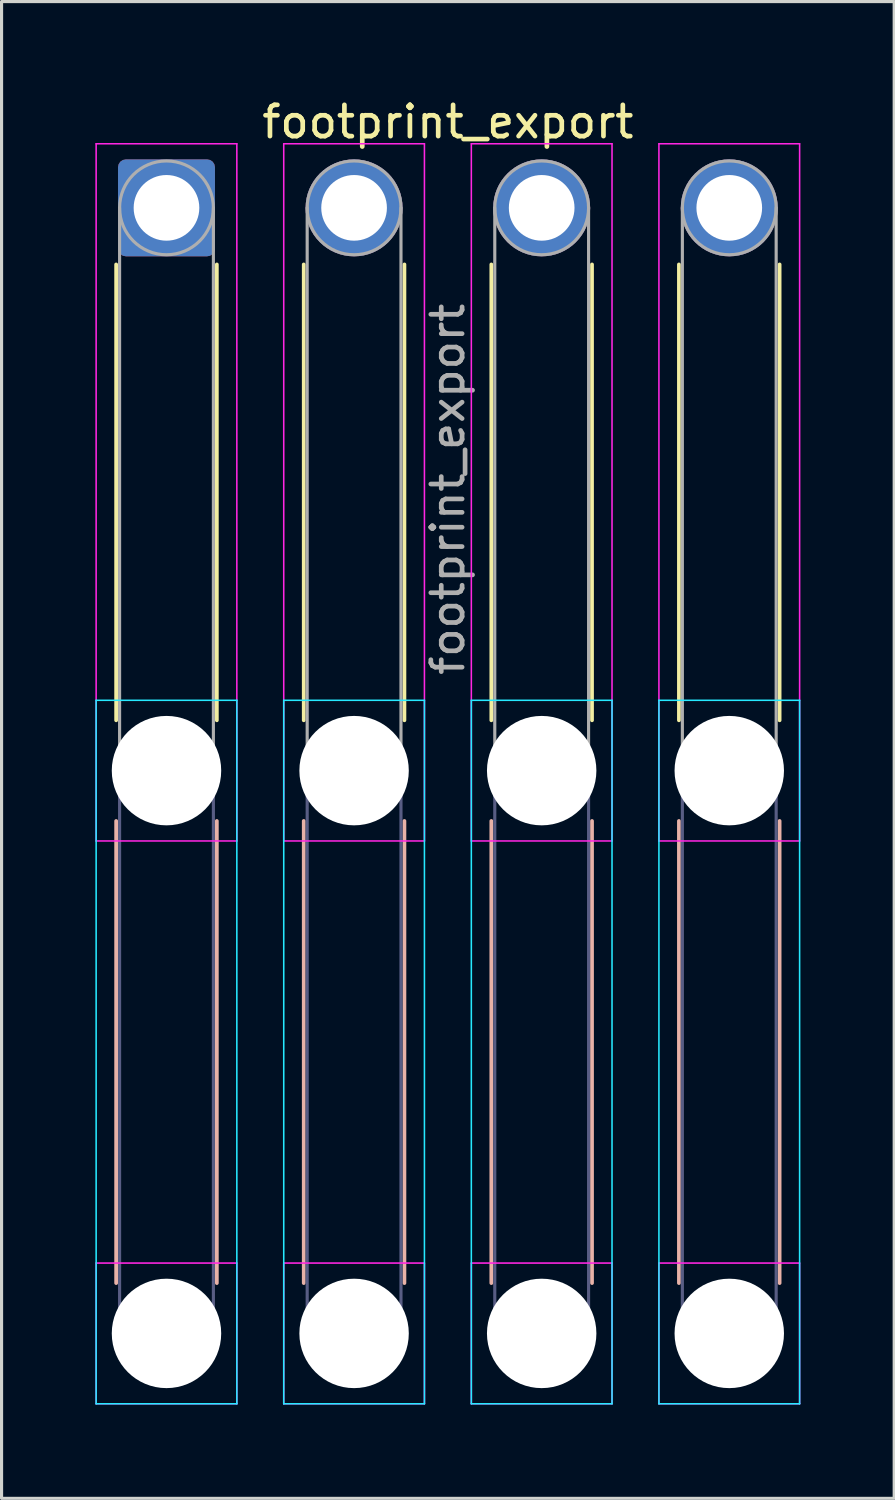
<source format=kicad_pcb>
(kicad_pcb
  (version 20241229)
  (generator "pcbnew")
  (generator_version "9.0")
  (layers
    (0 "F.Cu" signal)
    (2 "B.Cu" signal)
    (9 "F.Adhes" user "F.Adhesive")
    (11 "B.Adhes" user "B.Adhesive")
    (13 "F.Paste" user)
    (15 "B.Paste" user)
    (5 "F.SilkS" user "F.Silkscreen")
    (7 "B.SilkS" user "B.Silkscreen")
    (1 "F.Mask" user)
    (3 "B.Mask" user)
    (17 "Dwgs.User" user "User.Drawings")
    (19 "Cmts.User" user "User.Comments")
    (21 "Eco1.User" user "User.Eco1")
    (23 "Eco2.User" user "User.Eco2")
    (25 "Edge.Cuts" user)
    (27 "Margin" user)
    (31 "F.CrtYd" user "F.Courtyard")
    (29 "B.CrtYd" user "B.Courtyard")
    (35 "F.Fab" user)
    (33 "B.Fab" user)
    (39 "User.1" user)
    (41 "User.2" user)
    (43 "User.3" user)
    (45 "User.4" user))
  (footprint "footprint_export"
    (layer "F.Cu")
    (at 2.275 3.598)
    (property "Reference" "footprint_export" (at 9 -2.75 0) (layer "F.SilkS") (effects (font (size 1 1) (thickness 0.15))))
    (attr exclude_from_pos_files exclude_from_bom)
    (fp_line (start -1.61 1.81) (end -1.61 16.39) (stroke (width 0.12) (type solid)) (layer "F.SilkS"))
    (fp_line (start 1.61 1.81) (end 1.61 16.39) (stroke (width 0.12) (type solid)) (layer "F.SilkS"))
    (fp_line (start 4.39 1.81) (end 4.39 16.39) (stroke (width 0.12) (type solid)) (layer "F.SilkS"))
    (fp_line (start 7.61 1.81) (end 7.61 16.39) (stroke (width 0.12) (type solid)) (layer "F.SilkS"))
    (fp_line (start 10.39 1.81) (end 10.39 16.39) (stroke (width 0.12) (type solid)) (layer "F.SilkS"))
    (fp_line (start 13.61 1.81) (end 13.61 16.39) (stroke (width 0.12) (type solid)) (layer "F.SilkS"))
    (fp_line (start 16.39 1.81) (end 16.39 16.39) (stroke (width 0.12) (type solid)) (layer "F.SilkS"))
    (fp_line (start 19.61 1.81) (end 19.61 16.39) (stroke (width 0.12) (type solid)) (layer "F.SilkS"))
    (fp_line (start -1.61 19.61) (end -1.61 34.39) (stroke (width 0.12) (type solid)) (layer "B.SilkS"))
    (fp_line (start 1.61 19.61) (end 1.61 34.39) (stroke (width 0.12) (type solid)) (layer "B.SilkS"))
    (fp_line (start 4.39 19.61) (end 4.39 34.39) (stroke (width 0.12) (type solid)) (layer "B.SilkS"))
    (fp_line (start 7.61 19.61) (end 7.61 34.39) (stroke (width 0.12) (type solid)) (layer "B.SilkS"))
    (fp_line (start 10.39 19.61) (end 10.39 34.39) (stroke (width 0.12) (type solid)) (layer "B.SilkS"))
    (fp_line (start 13.61 19.61) (end 13.61 34.39) (stroke (width 0.12) (type solid)) (layer "B.SilkS"))
    (fp_line (start 16.39 19.61) (end 16.39 34.39) (stroke (width 0.12) (type solid)) (layer "B.SilkS"))
    (fp_line (start 19.61 19.61) (end 19.61 34.39) (stroke (width 0.12) (type solid)) (layer "B.SilkS"))
    (fp_line (start -2.25 15.75) (end -2.25 38.25) (stroke (width 0.05) (type solid)) (layer "B.CrtYd"))
    (fp_line (start -2.25 38.25) (end 2.25 38.25) (stroke (width 0.05) (type solid)) (layer "B.CrtYd"))
    (fp_line (start 2.25 15.75) (end -2.25 15.75) (stroke (width 0.05) (type solid)) (layer "B.CrtYd"))
    (fp_line (start 2.25 38.25) (end 2.25 15.75) (stroke (width 0.05) (type solid)) (layer "B.CrtYd"))
    (fp_line (start 3.75 15.75) (end 3.75 38.25) (stroke (width 0.05) (type solid)) (layer "B.CrtYd"))
    (fp_line (start 3.75 38.25) (end 8.25 38.25) (stroke (width 0.05) (type solid)) (layer "B.CrtYd"))
    (fp_line (start 8.25 15.75) (end 3.75 15.75) (stroke (width 0.05) (type solid)) (layer "B.CrtYd"))
    (fp_line (start 8.25 38.25) (end 8.25 15.75) (stroke (width 0.05) (type solid)) (layer "B.CrtYd"))
    (fp_line (start 9.75 15.75) (end 9.75 38.25) (stroke (width 0.05) (type solid)) (layer "B.CrtYd"))
    (fp_line (start 9.75 38.25) (end 14.25 38.25) (stroke (width 0.05) (type solid)) (layer "B.CrtYd"))
    (fp_line (start 14.25 15.75) (end 9.75 15.75) (stroke (width 0.05) (type solid)) (layer "B.CrtYd"))
    (fp_line (start 14.25 38.25) (end 14.25 15.75) (stroke (width 0.05) (type solid)) (layer "B.CrtYd"))
    (fp_line (start 15.75 15.75) (end 15.75 38.25) (stroke (width 0.05) (type solid)) (layer "B.CrtYd"))
    (fp_line (start 15.75 38.25) (end 20.25 38.25) (stroke (width 0.05) (type solid)) (layer "B.CrtYd"))
    (fp_line (start 20.25 15.75) (end 15.75 15.75) (stroke (width 0.05) (type solid)) (layer "B.CrtYd"))
    (fp_line (start 20.25 38.25) (end 20.25 15.75) (stroke (width 0.05) (type solid)) (layer "B.CrtYd"))
    (fp_line (start -2.25 -2.05) (end -2.25 20.25) (stroke (width 0.05) (type solid)) (layer "F.CrtYd"))
    (fp_line (start -2.25 20.25) (end 2.25 20.25) (stroke (width 0.05) (type solid)) (layer "F.CrtYd"))
    (fp_line (start -2.25 33.75) (end -2.25 38.25) (stroke (width 0.05) (type solid)) (layer "F.CrtYd"))
    (fp_line (start -2.25 38.25) (end 2.25 38.25) (stroke (width 0.05) (type solid)) (layer "F.CrtYd"))
    (fp_line (start 2.25 -2.05) (end -2.25 -2.05) (stroke (width 0.05) (type solid)) (layer "F.CrtYd"))
    (fp_line (start 2.25 20.25) (end 2.25 -2.05) (stroke (width 0.05) (type solid)) (layer "F.CrtYd"))
    (fp_line (start 2.25 33.75) (end -2.25 33.75) (stroke (width 0.05) (type solid)) (layer "F.CrtYd"))
    (fp_line (start 2.25 38.25) (end 2.25 33.75) (stroke (width 0.05) (type solid)) (layer "F.CrtYd"))
    (fp_line (start 3.75 -2.05) (end 3.75 20.25) (stroke (width 0.05) (type solid)) (layer "F.CrtYd"))
    (fp_line (start 3.75 20.25) (end 8.25 20.25) (stroke (width 0.05) (type solid)) (layer "F.CrtYd"))
    (fp_line (start 3.75 33.75) (end 3.75 38.25) (stroke (width 0.05) (type solid)) (layer "F.CrtYd"))
    (fp_line (start 3.75 38.25) (end 8.25 38.25) (stroke (width 0.05) (type solid)) (layer "F.CrtYd"))
    (fp_line (start 8.25 -2.05) (end 3.75 -2.05) (stroke (width 0.05) (type solid)) (layer "F.CrtYd"))
    (fp_line (start 8.25 20.25) (end 8.25 -2.05) (stroke (width 0.05) (type solid)) (layer "F.CrtYd"))
    (fp_line (start 8.25 33.75) (end 3.75 33.75) (stroke (width 0.05) (type solid)) (layer "F.CrtYd"))
    (fp_line (start 8.25 38.25) (end 8.25 33.75) (stroke (width 0.05) (type solid)) (layer "F.CrtYd"))
    (fp_line (start 9.75 -2.05) (end 9.75 20.25) (stroke (width 0.05) (type solid)) (layer "F.CrtYd"))
    (fp_line (start 9.75 20.25) (end 14.25 20.25) (stroke (width 0.05) (type solid)) (layer "F.CrtYd"))
    (fp_line (start 9.75 33.75) (end 9.75 38.25) (stroke (width 0.05) (type solid)) (layer "F.CrtYd"))
    (fp_line (start 9.75 38.25) (end 14.25 38.25) (stroke (width 0.05) (type solid)) (layer "F.CrtYd"))
    (fp_line (start 14.25 -2.05) (end 9.75 -2.05) (stroke (width 0.05) (type solid)) (layer "F.CrtYd"))
    (fp_line (start 14.25 20.25) (end 14.25 -2.05) (stroke (width 0.05) (type solid)) (layer "F.CrtYd"))
    (fp_line (start 14.25 33.75) (end 9.75 33.75) (stroke (width 0.05) (type solid)) (layer "F.CrtYd"))
    (fp_line (start 14.25 38.25) (end 14.25 33.75) (stroke (width 0.05) (type solid)) (layer "F.CrtYd"))
    (fp_line (start 15.75 -2.05) (end 15.75 20.25) (stroke (width 0.05) (type solid)) (layer "F.CrtYd"))
    (fp_line (start 15.75 20.25) (end 20.25 20.25) (stroke (width 0.05) (type solid)) (layer "F.CrtYd"))
    (fp_line (start 15.75 33.75) (end 15.75 38.25) (stroke (width 0.05) (type solid)) (layer "F.CrtYd"))
    (fp_line (start 15.75 38.25) (end 20.25 38.25) (stroke (width 0.05) (type solid)) (layer "F.CrtYd"))
    (fp_line (start 20.25 -2.05) (end 15.75 -2.05) (stroke (width 0.05) (type solid)) (layer "F.CrtYd"))
    (fp_line (start 20.25 20.25) (end 20.25 -2.05) (stroke (width 0.05) (type solid)) (layer "F.CrtYd"))
    (fp_line (start 20.25 33.75) (end 15.75 33.75) (stroke (width 0.05) (type solid)) (layer "F.CrtYd"))
    (fp_line (start 20.25 38.25) (end 20.25 33.75) (stroke (width 0.05) (type solid)) (layer "F.CrtYd"))
    (fp_line (start -1.5 18) (end -1.5 36) (stroke (width 0.1) (type solid)) (layer "B.Fab"))
    (fp_line (start 1.5 18) (end 1.5 36) (stroke (width 0.1) (type solid)) (layer "B.Fab"))
    (fp_line (start 4.5 18) (end 4.5 36) (stroke (width 0.1) (type solid)) (layer "B.Fab"))
    (fp_line (start 7.5 18) (end 7.5 36) (stroke (width 0.1) (type solid)) (layer "B.Fab"))
    (fp_line (start 10.5 18) (end 10.5 36) (stroke (width 0.1) (type solid)) (layer "B.Fab"))
    (fp_line (start 13.5 18) (end 13.5 36) (stroke (width 0.1) (type solid)) (layer "B.Fab"))
    (fp_line (start 16.5 18) (end 16.5 36) (stroke (width 0.1) (type solid)) (layer "B.Fab"))
    (fp_line (start 19.5 18) (end 19.5 36) (stroke (width 0.1) (type solid)) (layer "B.Fab"))
    (fp_circle (center 0 18) (end 1.5 18) (stroke (width 0.1) (type solid)) (fill no) (layer "B.Fab"))
    (fp_circle (center 0 36) (end 1.5 36) (stroke (width 0.1) (type solid)) (fill no) (layer "B.Fab"))
    (fp_circle (center 6 18) (end 7.5 18) (stroke (width 0.1) (type solid)) (fill no) (layer "B.Fab"))
    (fp_circle (center 6 36) (end 7.5 36) (stroke (width 0.1) (type solid)) (fill no) (layer "B.Fab"))
    (fp_circle (center 12 18) (end 13.5 18) (stroke (width 0.1) (type solid)) (fill no) (layer "B.Fab"))
    (fp_circle (center 12 36) (end 13.5 36) (stroke (width 0.1) (type solid)) (fill no) (layer "B.Fab"))
    (fp_circle (center 18 18) (end 19.5 18) (stroke (width 0.1) (type solid)) (fill no) (layer "B.Fab"))
    (fp_circle (center 18 36) (end 19.5 36) (stroke (width 0.1) (type solid)) (fill no) (layer "B.Fab"))
    (fp_line (start -1.5 0) (end -1.5 18) (stroke (width 0.1) (type solid)) (layer "F.Fab"))
    (fp_line (start 1.5 0) (end 1.5 18) (stroke (width 0.1) (type solid)) (layer "F.Fab"))
    (fp_line (start 4.5 0) (end 4.5 18) (stroke (width 0.1) (type solid)) (layer "F.Fab"))
    (fp_line (start 7.5 0) (end 7.5 18) (stroke (width 0.1) (type solid)) (layer "F.Fab"))
    (fp_line (start 10.5 0) (end 10.5 18) (stroke (width 0.1) (type solid)) (layer "F.Fab"))
    (fp_line (start 13.5 0) (end 13.5 18) (stroke (width 0.1) (type solid)) (layer "F.Fab"))
    (fp_line (start 16.5 0) (end 16.5 18) (stroke (width 0.1) (type solid)) (layer "F.Fab"))
    (fp_line (start 19.5 0) (end 19.5 18) (stroke (width 0.1) (type solid)) (layer "F.Fab"))
    (fp_circle (center 0 0) (end 1.5 0) (stroke (width 0.1) (type solid)) (fill no) (layer "F.Fab"))
    (fp_circle (center 0 18) (end 1.5 18) (stroke (width 0.1) (type solid)) (fill no) (layer "F.Fab"))
    (fp_circle (center 0 36) (end 1.5 36) (stroke (width 0.1) (type solid)) (fill no) (layer "F.Fab"))
    (fp_circle (center 6 0) (end 7.5 0) (stroke (width 0.1) (type solid)) (fill no) (layer "F.Fab"))
    (fp_circle (center 6 18) (end 7.5 18) (stroke (width 0.1) (type solid)) (fill no) (layer "F.Fab"))
    (fp_circle (center 6 36) (end 7.5 36) (stroke (width 0.1) (type solid)) (fill no) (layer "F.Fab"))
    (fp_circle (center 12 0) (end 13.5 0) (stroke (width 0.1) (type solid)) (fill no) (layer "F.Fab"))
    (fp_circle (center 12 18) (end 13.5 18) (stroke (width 0.1) (type solid)) (fill no) (layer "F.Fab"))
    (fp_circle (center 12 36) (end 13.5 36) (stroke (width 0.1) (type solid)) (fill no) (layer "F.Fab"))
    (fp_circle (center 18 0) (end 19.5 0) (stroke (width 0.1) (type solid)) (fill no) (layer "F.Fab"))
    (fp_circle (center 18 18) (end 19.5 18) (stroke (width 0.1) (type solid)) (fill no) (layer "F.Fab"))
    (fp_circle (center 18 36) (end 19.5 36) (stroke (width 0.1) (type solid)) (fill no) (layer "F.Fab"))
    (fp_text user "${REFERENCE}" (at 9 9 90) (layer "F.Fab") (effects (font (size 1 1) (thickness 0.15))))
    (pad "" np_thru_hole circle (at 0 18) (size 3.5 3.5) (drill 3.5) (layers "*.Cu" "*.Mask"))
    (pad "" np_thru_hole circle (at 0 36) (size 3.5 3.5) (drill 3.5) (layers "*.Cu" "*.Mask"))
    (pad "" np_thru_hole circle (at 6 18) (size 3.5 3.5) (drill 3.5) (layers "*.Cu" "*.Mask"))
    (pad "" np_thru_hole circle (at 6 36) (size 3.5 3.5) (drill 3.5) (layers "*.Cu" "*.Mask"))
    (pad "" np_thru_hole circle (at 12 18) (size 3.5 3.5) (drill 3.5) (layers "*.Cu" "*.Mask"))
    (pad "" np_thru_hole circle (at 12 36) (size 3.5 3.5) (drill 3.5) (layers "*.Cu" "*.Mask"))
    (pad "" np_thru_hole circle (at 18 18) (size 3.5 3.5) (drill 3.5) (layers "*.Cu" "*.Mask"))
    (pad "" np_thru_hole circle (at 18 36) (size 3.5 3.5) (drill 3.5) (layers "*.Cu" "*.Mask"))
    (pad "1" thru_hole roundrect (at 0 0) (size 3.1 3.1) (drill 2.1) (layers "*.Cu" "*.Mask") (roundrect_rratio 0.081))
    (pad "2" thru_hole circle (at 6 0) (size 3.1 3.1) (drill 2.1) (layers "*.Cu" "*.Mask"))
    (pad "3" thru_hole circle (at 12 0) (size 3.1 3.1) (drill 2.1) (layers "*.Cu" "*.Mask"))
    (pad "4" thru_hole circle (at 18 0) (size 3.1 3.1) (drill 2.1) (layers "*.Cu" "*.Mask")))
  (gr_rect
    (start -3 -3)
    (end 25.55 44.873)
    (stroke (width 0.1) (type default))
    (fill no)
    (layer "Edge.Cuts")))
</source>
